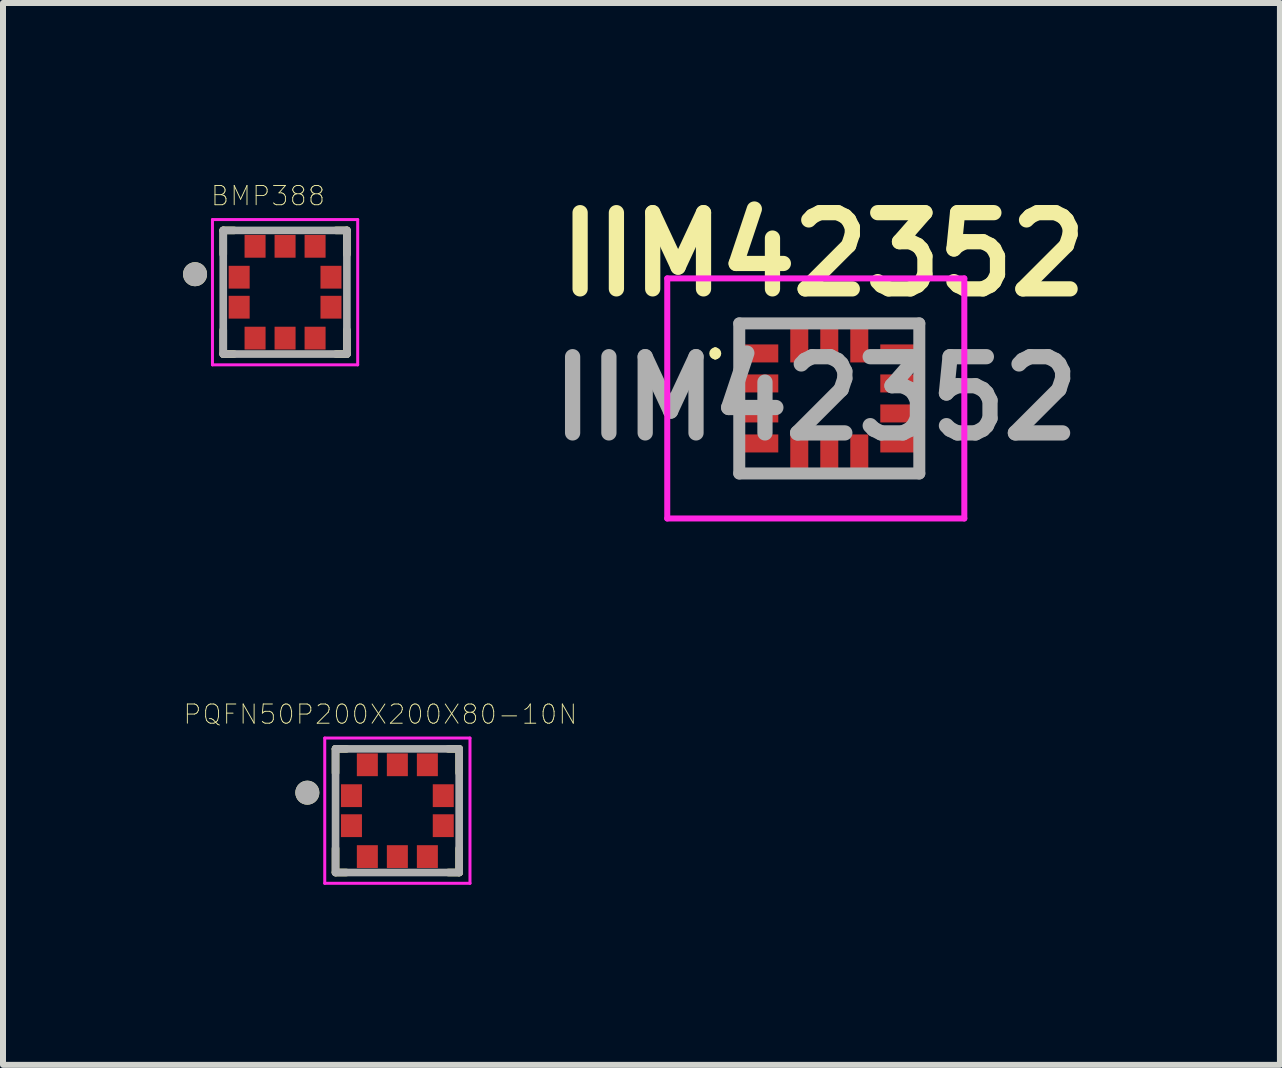
<source format=kicad_pcb>
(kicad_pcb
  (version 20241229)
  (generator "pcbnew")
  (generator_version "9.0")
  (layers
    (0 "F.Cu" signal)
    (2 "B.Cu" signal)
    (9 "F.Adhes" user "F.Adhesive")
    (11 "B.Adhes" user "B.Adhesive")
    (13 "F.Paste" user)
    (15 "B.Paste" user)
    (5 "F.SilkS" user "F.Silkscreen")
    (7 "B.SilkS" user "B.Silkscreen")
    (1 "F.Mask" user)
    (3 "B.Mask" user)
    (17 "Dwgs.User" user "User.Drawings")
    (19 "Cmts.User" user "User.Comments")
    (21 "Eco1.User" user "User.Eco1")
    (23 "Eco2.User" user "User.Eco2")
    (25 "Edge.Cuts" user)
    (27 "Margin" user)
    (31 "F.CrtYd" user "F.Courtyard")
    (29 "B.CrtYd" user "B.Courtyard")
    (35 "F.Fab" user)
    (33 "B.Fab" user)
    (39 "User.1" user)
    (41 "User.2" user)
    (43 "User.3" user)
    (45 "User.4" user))
  (footprint "BMP388"
    (layer "F.Cu")
    (at 1.7 1.819)
    (property "Reference" "BMP388" (at -0.284 -1.605 0) (layer "F.SilkS") (effects (font (size 0.32 0.32) (thickness 0.015))))
    (attr through_hole)
    (fp_line (start -1.03 -1.03) (end -0.85 -1.03) (stroke (width 0.127) (type solid)) (layer "F.SilkS"))
    (fp_line (start -1.03 -0.63) (end -1.03 -1.03) (stroke (width 0.127) (type solid)) (layer "F.SilkS"))
    (fp_line (start -1.03 1.03) (end -1.03 0.63) (stroke (width 0.127) (type solid)) (layer "F.SilkS"))
    (fp_line (start -0.85 1.03) (end -1.03 1.03) (stroke (width 0.127) (type solid)) (layer "F.SilkS"))
    (fp_line (start 0.85 -1.03) (end 1.03 -1.03) (stroke (width 0.127) (type solid)) (layer "F.SilkS"))
    (fp_line (start 0.85 1.03) (end 1.03 1.03) (stroke (width 0.127) (type solid)) (layer "F.SilkS"))
    (fp_line (start 1.03 -1.03) (end 1.03 -0.63) (stroke (width 0.127) (type solid)) (layer "F.SilkS"))
    (fp_line (start 1.03 1.03) (end 1.03 0.63) (stroke (width 0.127) (type solid)) (layer "F.SilkS"))
    (fp_circle (center -1.5 -0.3) (end -1.4 -0.3) (stroke (width 0.2) (type solid)) (fill no) (layer "F.SilkS"))
    (fp_line (start -1.21 -1.21) (end 1.21 -1.21) (stroke (width 0.05) (type solid)) (layer "F.CrtYd"))
    (fp_line (start -1.21 1.21) (end -1.21 -1.21) (stroke (width 0.05) (type solid)) (layer "F.CrtYd"))
    (fp_line (start 1.21 -1.21) (end 1.21 1.21) (stroke (width 0.05) (type solid)) (layer "F.CrtYd"))
    (fp_line (start 1.21 1.21) (end -1.21 1.21) (stroke (width 0.05) (type solid)) (layer "F.CrtYd"))
    (fp_line (start -1.03 -1.03) (end 1.03 -1.03) (stroke (width 0.127) (type solid)) (layer "F.Fab"))
    (fp_line (start -1.03 1.03) (end -1.03 -1.03) (stroke (width 0.127) (type solid)) (layer "F.Fab"))
    (fp_line (start 1.03 -1.03) (end 1.03 1.03) (stroke (width 0.127) (type solid)) (layer "F.Fab"))
    (fp_line (start 1.03 1.03) (end -1.03 1.03) (stroke (width 0.127) (type solid)) (layer "F.Fab"))
    (fp_circle (center -1.5 -0.3) (end -1.4 -0.3) (stroke (width 0.2) (type solid)) (fill no) (layer "F.Fab"))
    (pad "1" smd rect (at -0.765 -0.25) (size 0.35 0.38) (layers "F.Cu" "F.Mask" "F.Paste"))
    (pad "2" smd rect (at -0.765 0.25) (size 0.35 0.38) (layers "F.Cu" "F.Mask" "F.Paste"))
    (pad "3" smd rect (at -0.5 0.765) (size 0.35 0.38) (layers "F.Cu" "F.Mask" "F.Paste"))
    (pad "4" smd rect (at 0 0.765) (size 0.35 0.38) (layers "F.Cu" "F.Mask" "F.Paste"))
    (pad "5" smd rect (at 0.5 0.765) (size 0.35 0.38) (layers "F.Cu" "F.Mask" "F.Paste"))
    (pad "6" smd rect (at 0.765 0.25) (size 0.35 0.38) (layers "F.Cu" "F.Mask" "F.Paste"))
    (pad "7" smd rect (at 0.765 -0.25) (size 0.35 0.38) (layers "F.Cu" "F.Mask" "F.Paste"))
    (pad "8" smd rect (at 0.5 -0.765) (size 0.35 0.38) (layers "F.Cu" "F.Mask" "F.Paste"))
    (pad "9" smd rect (at 0 -0.765) (size 0.35 0.38) (layers "F.Cu" "F.Mask" "F.Paste"))
    (pad "10" smd rect (at -0.5 -0.765) (size 0.35 0.38) (layers "F.Cu" "F.Mask" "F.Paste")))
  (footprint "IIM42352"
    (layer "F.Cu")
    (at 10.768 3.589)
    (property "Reference" "IIM42352" (at -0.1 -2.4 0) (layer "F.SilkS") (effects (font (size 1.27 1.27) (thickness 0.254))))
    (attr smd)
    (fp_line (start -1.9 -0.8) (end -1.9 -0.8) (stroke (width 0.1) (type solid)) (layer "F.SilkS"))
    (fp_line (start -1.9 -0.7) (end -1.9 -0.7) (stroke (width 0.1) (type solid)) (layer "F.SilkS"))
    (fp_line (start -1.5 -1.25) (end -0.8 -1.25) (stroke (width 0.1) (type solid)) (layer "F.SilkS"))
    (fp_line (start -1.5 -1) (end -1.5 -1.25) (stroke (width 0.1) (type solid)) (layer "F.SilkS"))
    (fp_line (start -1.5 1.1) (end -1.5 1.25) (stroke (width 0.1) (type solid)) (layer "F.SilkS"))
    (fp_line (start -1.5 1.25) (end -0.8 1.25) (stroke (width 0.1) (type solid)) (layer "F.SilkS"))
    (fp_line (start 0.8 -1.25) (end 1.5 -1.25) (stroke (width 0.1) (type solid)) (layer "F.SilkS"))
    (fp_line (start 0.8 1.25) (end 1.5 1.25) (stroke (width 0.1) (type solid)) (layer "F.SilkS"))
    (fp_line (start 1.5 -1.25) (end 1.5 -1) (stroke (width 0.1) (type solid)) (layer "F.SilkS"))
    (fp_line (start 1.5 1.25) (end 1.5 1) (stroke (width 0.1) (type solid)) (layer "F.SilkS"))
    (fp_arc (start -1.9 -0.8) (mid -1.85 -0.75) (end -1.9 -0.7) (stroke (width 0.1) (type solid)) (layer "F.SilkS"))
    (fp_arc (start -1.9 -0.7) (mid -1.95 -0.75) (end -1.9 -0.8) (stroke (width 0.1) (type solid)) (layer "F.SilkS"))
    (fp_line (start -2.7 -2) (end 2.25 -2) (stroke (width 0.1) (type solid)) (layer "F.CrtYd"))
    (fp_line (start -2.7 2) (end -2.7 -2) (stroke (width 0.1) (type solid)) (layer "F.CrtYd"))
    (fp_line (start 2.25 -2) (end 2.25 2) (stroke (width 0.1) (type solid)) (layer "F.CrtYd"))
    (fp_line (start 2.25 2) (end -2.7 2) (stroke (width 0.1) (type solid)) (layer "F.CrtYd"))
    (fp_line (start -1.5 -1.25) (end 1.5 -1.25) (stroke (width 0.2) (type solid)) (layer "F.Fab"))
    (fp_line (start -1.5 1.25) (end -1.5 -1.25) (stroke (width 0.2) (type solid)) (layer "F.Fab"))
    (fp_line (start 1.5 -1.25) (end 1.5 1.25) (stroke (width 0.2) (type solid)) (layer "F.Fab"))
    (fp_line (start 1.5 1.25) (end -1.5 1.25) (stroke (width 0.2) (type solid)) (layer "F.Fab"))
    (fp_text user "${REFERENCE}" (at -0.225 0 0) (layer "F.Fab") (effects (font (size 1.27 1.27) (thickness 0.254))))
    (pad "1" smd rect (at -1.15 -0.75 90) (size 0.3 0.6) (layers "F.Cu" "F.Mask" "F.Paste"))
    (pad "2" smd rect (at -1.15 -0.25 90) (size 0.3 0.6) (layers "F.Cu" "F.Mask" "F.Paste"))
    (pad "3" smd rect (at -1.15 0.25 90) (size 0.3 0.6) (layers "F.Cu" "F.Mask" "F.Paste"))
    (pad "4" smd rect (at -1.15 0.75 90) (size 0.3 0.6) (layers "F.Cu" "F.Mask" "F.Paste"))
    (pad "5" smd rect (at -0.5 0.9) (size 0.3 0.6) (layers "F.Cu" "F.Mask" "F.Paste"))
    (pad "6" smd rect (at 0 0.9) (size 0.3 0.6) (layers "F.Cu" "F.Mask" "F.Paste"))
    (pad "7" smd rect (at 0.5 0.9) (size 0.3 0.6) (layers "F.Cu" "F.Mask" "F.Paste"))
    (pad "8" smd rect (at 1.15 0.75 90) (size 0.3 0.6) (layers "F.Cu" "F.Mask" "F.Paste"))
    (pad "9" smd rect (at 1.15 0.25 90) (size 0.3 0.6) (layers "F.Cu" "F.Mask" "F.Paste"))
    (pad "10" smd rect (at 1.15 -0.25 90) (size 0.3 0.6) (layers "F.Cu" "F.Mask" "F.Paste"))
    (pad "11" smd rect (at 1.15 -0.75 90) (size 0.3 0.6) (layers "F.Cu" "F.Mask" "F.Paste"))
    (pad "12" smd rect (at 0.5 -0.9) (size 0.3 0.6) (layers "F.Cu" "F.Mask" "F.Paste"))
    (pad "13" smd rect (at 0 -0.9) (size 0.3 0.6) (layers "F.Cu" "F.Mask" "F.Paste"))
    (pad "14" smd rect (at -0.5 -0.9) (size 0.3 0.6) (layers "F.Cu" "F.Mask" "F.Paste")))
  (footprint "PQFN50P200X200X80-10N"
    (layer "F.Cu")
    (at 3.571 10.458)
    (property "Reference" "PQFN50P200X200X80-10N" (at -0.284 -1.605 0) (layer "F.SilkS") (effects (font (size 0.32 0.32) (thickness 0.015))))
    (attr through_hole)
    (fp_line (start -1.03 -1.03) (end -0.85 -1.03) (stroke (width 0.127) (type solid)) (layer "F.SilkS"))
    (fp_line (start -1.03 -0.63) (end -1.03 -1.03) (stroke (width 0.127) (type solid)) (layer "F.SilkS"))
    (fp_line (start -1.03 1.03) (end -1.03 0.63) (stroke (width 0.127) (type solid)) (layer "F.SilkS"))
    (fp_line (start -0.85 1.03) (end -1.03 1.03) (stroke (width 0.127) (type solid)) (layer "F.SilkS"))
    (fp_line (start 0.85 -1.03) (end 1.03 -1.03) (stroke (width 0.127) (type solid)) (layer "F.SilkS"))
    (fp_line (start 0.85 1.03) (end 1.03 1.03) (stroke (width 0.127) (type solid)) (layer "F.SilkS"))
    (fp_line (start 1.03 -1.03) (end 1.03 -0.63) (stroke (width 0.127) (type solid)) (layer "F.SilkS"))
    (fp_line (start 1.03 1.03) (end 1.03 0.63) (stroke (width 0.127) (type solid)) (layer "F.SilkS"))
    (fp_circle (center -1.5 -0.3) (end -1.4 -0.3) (stroke (width 0.2) (type solid)) (fill no) (layer "F.SilkS"))
    (fp_line (start -1.21 -1.21) (end 1.21 -1.21) (stroke (width 0.05) (type solid)) (layer "F.CrtYd"))
    (fp_line (start -1.21 1.21) (end -1.21 -1.21) (stroke (width 0.05) (type solid)) (layer "F.CrtYd"))
    (fp_line (start 1.21 -1.21) (end 1.21 1.21) (stroke (width 0.05) (type solid)) (layer "F.CrtYd"))
    (fp_line (start 1.21 1.21) (end -1.21 1.21) (stroke (width 0.05) (type solid)) (layer "F.CrtYd"))
    (fp_line (start -1.03 -1.03) (end 1.03 -1.03) (stroke (width 0.127) (type solid)) (layer "F.Fab"))
    (fp_line (start -1.03 1.03) (end -1.03 -1.03) (stroke (width 0.127) (type solid)) (layer "F.Fab"))
    (fp_line (start 1.03 -1.03) (end 1.03 1.03) (stroke (width 0.127) (type solid)) (layer "F.Fab"))
    (fp_line (start 1.03 1.03) (end -1.03 1.03) (stroke (width 0.127) (type solid)) (layer "F.Fab"))
    (fp_circle (center -1.5 -0.3) (end -1.4 -0.3) (stroke (width 0.2) (type solid)) (fill no) (layer "F.Fab"))
    (pad "1" smd rect (at -0.765 -0.25) (size 0.35 0.38) (layers "F.Cu" "F.Mask" "F.Paste"))
    (pad "2" smd rect (at -0.765 0.25) (size 0.35 0.38) (layers "F.Cu" "F.Mask" "F.Paste"))
    (pad "3" smd rect (at -0.5 0.765) (size 0.35 0.38) (layers "F.Cu" "F.Mask" "F.Paste"))
    (pad "4" smd rect (at 0 0.765) (size 0.35 0.38) (layers "F.Cu" "F.Mask" "F.Paste"))
    (pad "5" smd rect (at 0.5 0.765) (size 0.35 0.38) (layers "F.Cu" "F.Mask" "F.Paste"))
    (pad "6" smd rect (at 0.765 0.25) (size 0.35 0.38) (layers "F.Cu" "F.Mask" "F.Paste"))
    (pad "7" smd rect (at 0.765 -0.25) (size 0.35 0.38) (layers "F.Cu" "F.Mask" "F.Paste"))
    (pad "8" smd rect (at 0.5 -0.765) (size 0.35 0.38) (layers "F.Cu" "F.Mask" "F.Paste"))
    (pad "9" smd rect (at 0 -0.765) (size 0.35 0.38) (layers "F.Cu" "F.Mask" "F.Paste"))
    (pad "10" smd rect (at -0.5 -0.765) (size 0.35 0.38) (layers "F.Cu" "F.Mask" "F.Paste")))
  (gr_rect
    (start -3 -3)
    (end 18.277 14.693)
    (stroke (width 0.1) (type default))
    (fill no)
    (layer "Edge.Cuts")))
</source>
